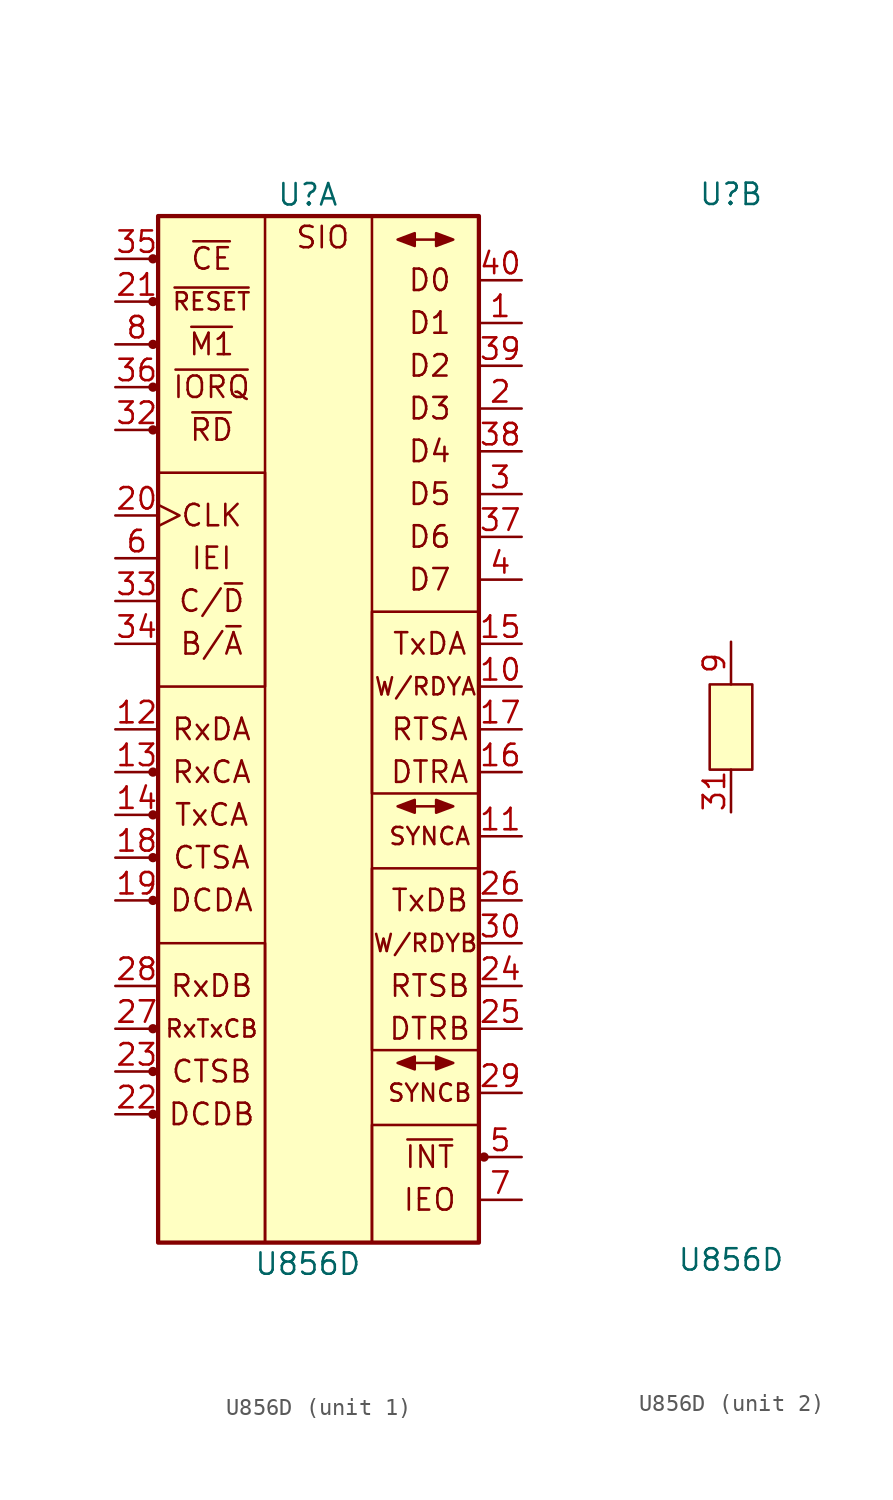
<source format=kicad_sym>
(kicad_symbol_lib
  (version 20211014)
  (generator kicad_symbol_editor)
  (symbol "U856D"
    (pin_names
      (offset 1.016) hide)
    (property "Reference" "U"
      (at 0 31.75 0)
      (effects (font (size 1.27 1.27))))
    (property "Value" "U856D"
      (at 0 -31.75 0)
      (effects (font (size 1.27 1.27))))
    (property "ki_locked" ""
      (at 0 0 0)
      (effects (font (size 1.27 1.27))))
    (symbol "U856D_1_1"
      (circle (center -9.195 -22.86) (radius 0.203) (stroke (width 0) (type default) (color 0 0 0 0)) (fill (type outline)))
      (circle (center -9.195 -20.32) (radius 0.203) (stroke (width 0) (type default) (color 0 0 0 0)) (fill (type outline)))
      (circle (center -9.195 -17.78) (radius 0.203) (stroke (width 0) (type default) (color 0 0 0 0)) (fill (type outline)))
      (circle (center -9.195 -10.16) (radius 0.203) (stroke (width 0) (type default) (color 0 0 0 0)) (fill (type outline)))
      (circle (center -9.195 -7.62) (radius 0.203) (stroke (width 0) (type default) (color 0 0 0 0)) (fill (type outline)))
      (circle (center -9.195 -5.08) (radius 0.203) (stroke (width 0) (type default) (color 0 0 0 0)) (fill (type outline)))
      (circle (center -9.195 -2.54) (radius 0.203) (stroke (width 0) (type default) (color 0 0 0 0)) (fill (type outline)))
      (circle (center -9.195 17.78) (radius 0.203) (stroke (width 0) (type default) (color 0 0 0 0)) (fill (type outline)))
      (circle (center -9.195 20.32) (radius 0.203) (stroke (width 0) (type default) (color 0 0 0 0)) (fill (type outline)))
      (circle (center -9.195 22.86) (radius 0.203) (stroke (width 0) (type default) (color 0 0 0 0)) (fill (type outline)))
      (circle (center -9.195 25.4) (radius 0.203) (stroke (width 0) (type default) (color 0 0 0 0)) (fill (type outline)))
      (circle (center -9.195 27.94) (radius 0.203) (stroke (width 0) (type default) (color 0 0 0 0)) (fill (type outline)))
      (rectangle (start -8.89 -12.7) (end -2.54 -30.48) (stroke (width 0) (type default) (color 0 0 0 0)) (fill (type none)))
      (rectangle (start -8.89 15.24) (end -2.54 2.54) (stroke (width 0) (type default) (color 0 0 0 0)) (fill (type none)))
      (rectangle (start -8.89 30.48) (end 10.16 -30.48) (stroke (width 0.254) (type default) (color 0 0 0 0)) (fill (type background)))
      (polyline (pts (xy 6.35 -19.812) (xy 7.62 -19.812)) (stroke (width 0) (type default) (color 0 0 0 0)) (fill (type none)))
      (polyline (pts (xy 6.35 -4.572) (xy 7.62 -4.572)) (stroke (width 0) (type default) (color 0 0 0 0)) (fill (type none)))
      (polyline (pts (xy 6.35 29.083) (xy 7.62 29.083)) (stroke (width 0) (type default) (color 0 0 0 0)) (fill (type none)))
      (polyline (pts (xy 6.35 -19.431) (xy 5.334 -19.812) (xy 6.35 -20.193) (xy 6.35 -19.431)) (stroke (width 0) (type default) (color 0 0 0 0)) (fill (type outline)))
      (polyline (pts (xy 6.35 -4.191) (xy 5.334 -4.572) (xy 6.35 -4.953) (xy 6.35 -4.191)) (stroke (width 0) (type default) (color 0 0 0 0)) (fill (type outline)))
      (polyline (pts (xy 6.35 29.464) (xy 5.334 29.083) (xy 6.35 28.702) (xy 6.35 29.464)) (stroke (width 0) (type default) (color 0 0 0 0)) (fill (type outline)))
      (polyline (pts (xy 7.62 -19.431) (xy 8.636 -19.812) (xy 7.62 -20.193) (xy 7.62 -19.431)) (stroke (width 0) (type default) (color 0 0 0 0)) (fill (type outline)))
      (polyline (pts (xy 7.62 -4.191) (xy 8.636 -4.572) (xy 7.62 -4.953) (xy 7.62 -4.191)) (stroke (width 0) (type default) (color 0 0 0 0)) (fill (type outline)))
      (polyline (pts (xy 7.62 29.464) (xy 8.636 29.083) (xy 7.62 28.702) (xy 7.62 29.464)) (stroke (width 0) (type default) (color 0 0 0 0)) (fill (type outline)))
      (rectangle (start 3.81 -23.495) (end 10.16 -30.48) (stroke (width 0) (type default) (color 0 0 0 0)) (fill (type none)))
      (rectangle (start 3.81 -8.255) (end 10.16 -19.05) (stroke (width 0) (type default) (color 0 0 0 0)) (fill (type none)))
      (rectangle (start 3.81 6.985) (end 10.16 -3.81) (stroke (width 0) (type default) (color 0 0 0 0)) (fill (type none)))
      (rectangle (start 3.81 30.48) (end -2.54 -30.48) (stroke (width 0) (type default) (color 0 0 0 0)) (fill (type none)))
      (circle (center 10.465 -25.4) (radius 0.203) (stroke (width 0) (type default) (color 0 0 0 0)) (fill (type outline)))
      (text "B/~{A}" (at -5.715 5.08 0) (effects (font (size 1.27 1.27))))
      (text "C/~{D}" (at -5.715 7.62 0) (effects (font (size 1.27 1.27))))
      (text "CLK" (at -5.715 12.7 0) (effects (font (size 1.27 1.27))))
      (text "CTSA" (at -5.715 -7.62 0) (effects (font (size 1.27 1.27))))
      (text "CTSB" (at -5.715 -20.32 0) (effects (font (size 1.27 1.27))))
      (text "D0" (at 7.239 26.67 0) (effects (font (size 1.27 1.27))))
      (text "D1" (at 7.239 24.13 0) (effects (font (size 1.27 1.27))))
      (text "D2" (at 7.239 21.59 0) (effects (font (size 1.27 1.27))))
      (text "D3" (at 7.239 19.05 0) (effects (font (size 1.27 1.27))))
      (text "D4" (at 7.239 16.51 0) (effects (font (size 1.27 1.27))))
      (text "D5" (at 7.239 13.97 0) (effects (font (size 1.27 1.27))))
      (text "D6" (at 7.239 11.43 0) (effects (font (size 1.27 1.27))))
      (text "D7" (at 7.239 8.89 0) (effects (font (size 1.27 1.27))))
      (text "DCDA" (at -5.715 -10.16 0) (effects (font (size 1.27 1.27))))
      (text "DCDB" (at -5.715 -22.86 0) (effects (font (size 1.27 1.27))))
      (text "DTRA" (at 7.239 -2.54 0) (effects (font (size 1.27 1.27))))
      (text "DTRB" (at 7.239 -17.78 0) (effects (font (size 1.27 1.27))))
      (text "IEI" (at -5.715 10.16 0) (effects (font (size 1.27 1.27))))
      (text "IEO" (at 7.239 -27.94 0) (effects (font (size 1.27 1.27))))
      (text "RTSA" (at 7.239 0 0) (effects (font (size 1.27 1.27))))
      (text "RTSB" (at 7.239 -15.24 0) (effects (font (size 1.27 1.27))))
      (text "RxCA" (at -5.715 -2.54 0) (effects (font (size 1.27 1.27))))
      (text "RxDA" (at -5.715 0 0) (effects (font (size 1.27 1.27))))
      (text "RxDB" (at -5.715 -15.24 0) (effects (font (size 1.27 1.27))))
      (text "RxTxCB" (at -5.715 -17.78 0) (effects (font (size 1.016 1.016))))
      (text "SIO" (at 0.889 29.21 0) (effects (font (size 1.27 1.27))))
      (text "SYNCA" (at 7.239 -6.35 0) (effects (font (size 1.016 1.016))))
      (text "SYNCB" (at 7.239 -21.59 0) (effects (font (size 1.016 1.016))))
      (text "TxCA" (at -5.715 -5.08 0) (effects (font (size 1.27 1.27))))
      (text "TxDA" (at 7.239 5.08 0) (effects (font (size 1.27 1.27))))
      (text "TxDB" (at 7.239 -10.16 0) (effects (font (size 1.27 1.27))))
      (text "W/RDYA" (at 6.985 2.54 0) (effects (font (size 1.016 1.016))))
      (text "W/RDYB" (at 6.985 -12.7 0) (effects (font (size 1.016 1.016))))
      (text "~{CE}" (at -5.715 27.94 0) (effects (font (size 1.27 1.27))))
      (text "~{INT}" (at 7.239 -25.4 0) (effects (font (size 1.27 1.27))))
      (text "~{IORQ}" (at -5.715 20.32 0) (effects (font (size 1.27 1.27))))
      (text "~{M1}" (at -5.715 22.86 0) (effects (font (size 1.27 1.27))))
      (text "~{RD}" (at -5.715 17.78 0) (effects (font (size 1.27 1.27))))
      (text "~{RESET}" (at -5.715 25.4 0) (effects (font (size 1.016 1.016))))
      (pin bidirectional line (at 12.7 24.13 180) (length 2.54) (name "D1" (effects (font (size 1.27 1.27)))) (number "1" (effects (font (size 1.27 1.27)))))
      (pin output line (at 12.7 2.54 180) (length 2.54) (name "W/RDYA" (effects (font (size 1.27 1.27)))) (number "10" (effects (font (size 1.27 1.27)))))
      (pin bidirectional line (at 12.7 -6.35 180) (length 2.54) (name "~{SYNCA}" (effects (font (size 1.27 1.27)))) (number "11" (effects (font (size 1.27 1.27)))))
      (pin input line (at -11.43 0 0) (length 2.54) (name "RxDA" (effects (font (size 1.27 1.27)))) (number "12" (effects (font (size 1.27 1.27)))))
      (pin input line (at -11.43 -2.54 0) (length 2.54) (name "RxCA" (effects (font (size 1.27 1.27)))) (number "13" (effects (font (size 1.27 1.27)))))
      (pin input line (at -11.43 -5.08 0) (length 2.54) (name "TxCA" (effects (font (size 1.27 1.27)))) (number "14" (effects (font (size 1.27 1.27)))))
      (pin output line (at 12.7 5.08 180) (length 2.54) (name "TxDA" (effects (font (size 1.27 1.27)))) (number "15" (effects (font (size 1.27 1.27)))))
      (pin output line (at 12.7 -2.54 180) (length 2.54) (name "DTRA" (effects (font (size 1.27 1.27)))) (number "16" (effects (font (size 1.27 1.27)))))
      (pin output line (at 12.7 0 180) (length 2.54) (name "RTSA" (effects (font (size 1.27 1.27)))) (number "17" (effects (font (size 1.27 1.27)))))
      (pin input line (at -11.43 -7.62 0) (length 2.54) (name "CTSA" (effects (font (size 1.27 1.27)))) (number "18" (effects (font (size 1.27 1.27)))))
      (pin input line (at -11.43 -10.16 0) (length 2.54) (name "DCDA" (effects (font (size 1.27 1.27)))) (number "19" (effects (font (size 1.27 1.27)))))
      (pin bidirectional line (at 12.7 19.05 180) (length 2.54) (name "D3" (effects (font (size 1.27 1.27)))) (number "2" (effects (font (size 1.27 1.27)))))
      (pin input clock (at -11.43 12.7 0) (length 2.54) (name "CLK" (effects (font (size 1.27 1.27)))) (number "20" (effects (font (size 1.27 1.27)))))
      (pin input line (at -11.43 25.4 0) (length 2.54) (name "~{RESET}" (effects (font (size 1.27 1.27)))) (number "21" (effects (font (size 1.27 1.27)))))
      (pin input line (at -11.43 -22.86 0) (length 2.54) (name "DCDB" (effects (font (size 1.27 1.27)))) (number "22" (effects (font (size 1.27 1.27)))))
      (pin input line (at -11.43 -20.32 0) (length 2.54) (name "CTSB" (effects (font (size 1.27 1.27)))) (number "23" (effects (font (size 1.27 1.27)))))
      (pin output line (at 12.7 -15.24 180) (length 2.54) (name "RTSB" (effects (font (size 1.27 1.27)))) (number "24" (effects (font (size 1.27 1.27)))))
      (pin output line (at 12.7 -17.78 180) (length 2.54) (name "DTRB" (effects (font (size 1.27 1.27)))) (number "25" (effects (font (size 1.27 1.27)))))
      (pin output line (at 12.7 -10.16 180) (length 2.54) (name "tXDB" (effects (font (size 1.27 1.27)))) (number "26" (effects (font (size 1.27 1.27)))))
      (pin input line (at -11.43 -17.78 0) (length 2.54) (name "RxTxCB" (effects (font (size 1.27 1.27)))) (number "27" (effects (font (size 1.27 1.27)))))
      (pin input line (at -11.43 -15.24 0) (length 2.54) (name "RxDB" (effects (font (size 1.27 1.27)))) (number "28" (effects (font (size 1.27 1.27)))))
      (pin bidirectional line (at 12.7 -21.59 180) (length 2.54) (name "~{SYNCB}" (effects (font (size 1.27 1.27)))) (number "29" (effects (font (size 1.27 1.27)))))
      (pin bidirectional line (at 12.7 13.97 180) (length 2.54) (name "D5" (effects (font (size 1.27 1.27)))) (number "3" (effects (font (size 1.27 1.27)))))
      (pin output line (at 12.7 -12.7 180) (length 2.54) (name "W/RDYB" (effects (font (size 1.27 1.27)))) (number "30" (effects (font (size 1.27 1.27)))))
      (pin input line (at -11.43 17.78 0) (length 2.54) (name "~{RD}" (effects (font (size 1.27 1.27)))) (number "32" (effects (font (size 1.27 1.27)))))
      (pin input line (at -11.43 7.62 0) (length 2.54) (name "C/~{D}" (effects (font (size 1.27 1.27)))) (number "33" (effects (font (size 1.27 1.27)))))
      (pin input line (at -11.43 5.08 0) (length 2.54) (name "B/~{A}" (effects (font (size 1.27 1.27)))) (number "34" (effects (font (size 1.27 1.27)))))
      (pin input line (at -11.43 27.94 0) (length 2.54) (name "~{CE}" (effects (font (size 1.27 1.27)))) (number "35" (effects (font (size 1.27 1.27)))))
      (pin input line (at -11.43 20.32 0) (length 2.54) (name "~{IORQ}" (effects (font (size 1.27 1.27)))) (number "36" (effects (font (size 1.27 1.27)))))
      (pin bidirectional line (at 12.7 11.43 180) (length 2.54) (name "D6" (effects (font (size 1.27 1.27)))) (number "37" (effects (font (size 1.27 1.27)))))
      (pin bidirectional line (at 12.7 16.51 180) (length 2.54) (name "D4" (effects (font (size 1.27 1.27)))) (number "38" (effects (font (size 1.27 1.27)))))
      (pin bidirectional line (at 12.7 21.59 180) (length 2.54) (name "D2" (effects (font (size 1.27 1.27)))) (number "39" (effects (font (size 1.27 1.27)))))
      (pin bidirectional line (at 12.7 8.89 180) (length 2.54) (name "D7" (effects (font (size 1.27 1.27)))) (number "4" (effects (font (size 1.27 1.27)))))
      (pin bidirectional line (at 12.7 26.67 180) (length 2.54) (name "D0" (effects (font (size 1.27 1.27)))) (number "40" (effects (font (size 1.27 1.27)))))
      (pin open_collector line (at 12.7 -25.4 180) (length 2.54) (name "~{INT}" (effects (font (size 1.27 1.27)))) (number "5" (effects (font (size 1.27 1.27)))))
      (pin input line (at -11.43 10.16 0) (length 2.54) (name "IEI" (effects (font (size 1.27 1.27)))) (number "6" (effects (font (size 1.27 1.27)))))
      (pin output line (at 12.7 -27.94 180) (length 2.54) (name "IEO" (effects (font (size 1.27 1.27)))) (number "7" (effects (font (size 1.27 1.27)))))
      (pin input line (at -11.43 22.86 0) (length 2.54) (name "~{M1}" (effects (font (size 1.27 1.27)))) (number "8" (effects (font (size 1.27 1.27))))))
    (symbol "U856D_2_1"
      (rectangle (start -1.27 2.54) (end 1.27 -2.54) (stroke (width 0) (type default) (color 0 0 0 0)) (fill (type background)))
      (pin power_in line (at 0 -5.08 90) (length 2.54) (name "GND" (effects (font (size 1.27 1.27)))) (number "31" (effects (font (size 1.27 1.27)))))
      (pin power_in line (at 0 5.08 270) (length 2.54) (name "Vcc" (effects (font (size 1.27 1.27)))) (number "9" (effects (font (size 1.27 1.27))))))))
</source>
